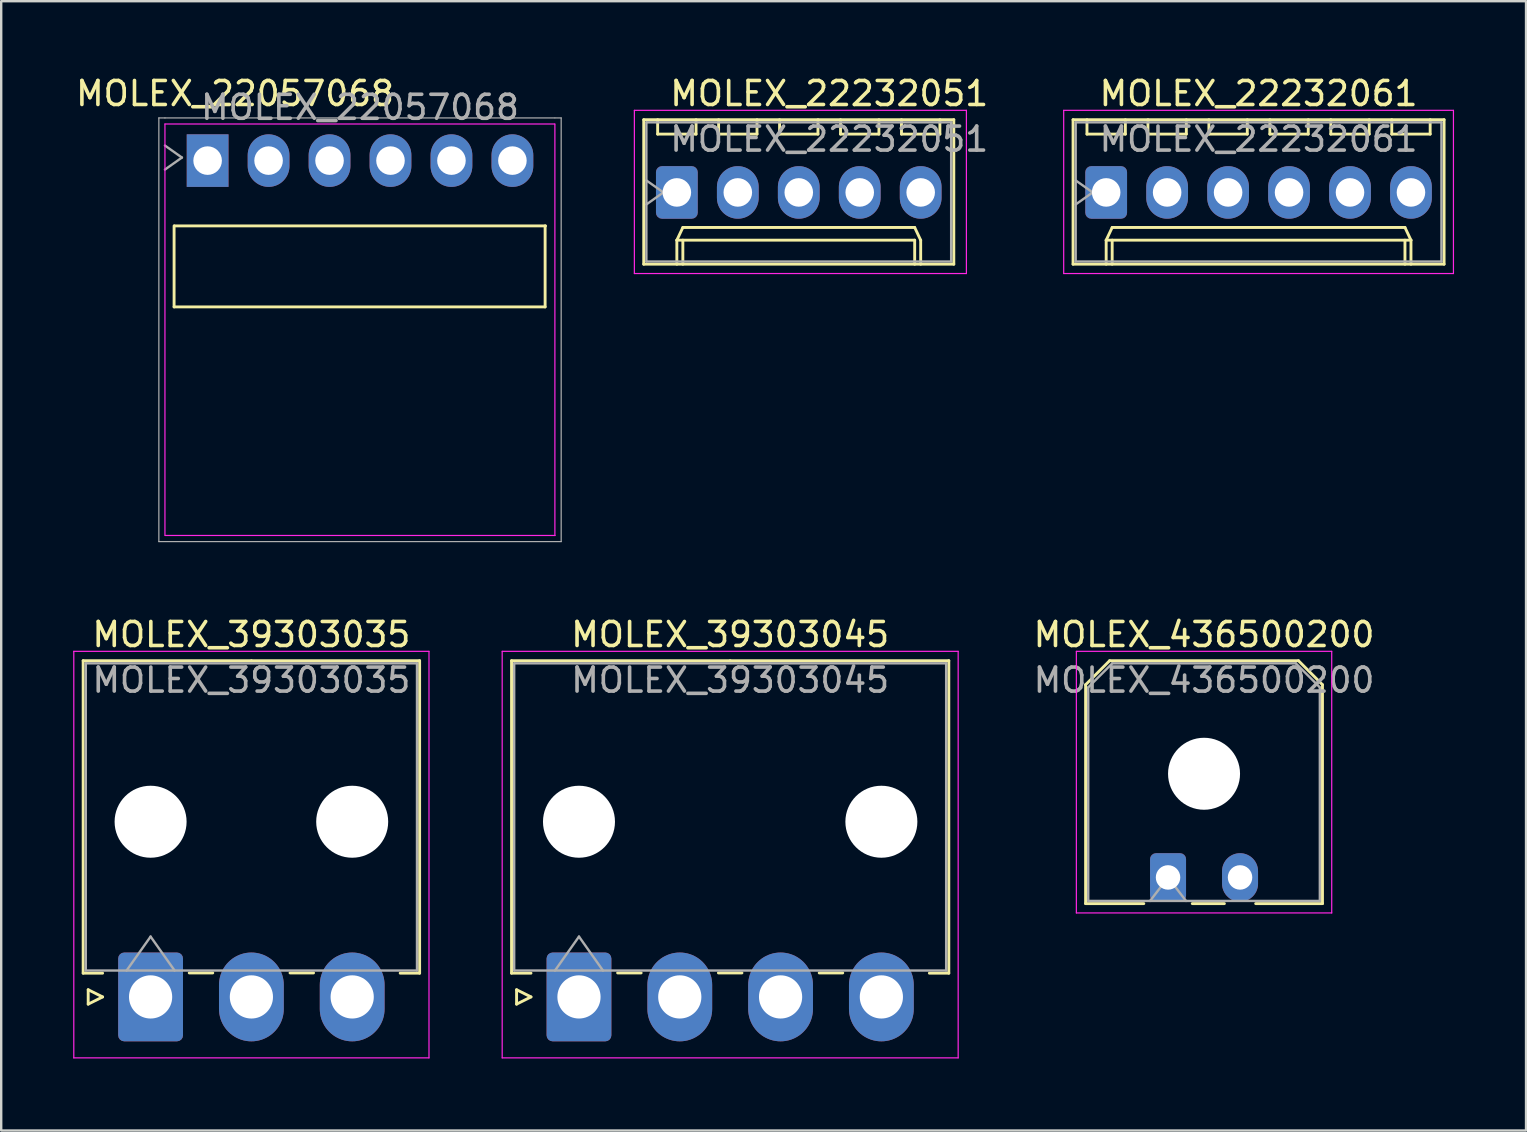
<source format=kicad_pcb>
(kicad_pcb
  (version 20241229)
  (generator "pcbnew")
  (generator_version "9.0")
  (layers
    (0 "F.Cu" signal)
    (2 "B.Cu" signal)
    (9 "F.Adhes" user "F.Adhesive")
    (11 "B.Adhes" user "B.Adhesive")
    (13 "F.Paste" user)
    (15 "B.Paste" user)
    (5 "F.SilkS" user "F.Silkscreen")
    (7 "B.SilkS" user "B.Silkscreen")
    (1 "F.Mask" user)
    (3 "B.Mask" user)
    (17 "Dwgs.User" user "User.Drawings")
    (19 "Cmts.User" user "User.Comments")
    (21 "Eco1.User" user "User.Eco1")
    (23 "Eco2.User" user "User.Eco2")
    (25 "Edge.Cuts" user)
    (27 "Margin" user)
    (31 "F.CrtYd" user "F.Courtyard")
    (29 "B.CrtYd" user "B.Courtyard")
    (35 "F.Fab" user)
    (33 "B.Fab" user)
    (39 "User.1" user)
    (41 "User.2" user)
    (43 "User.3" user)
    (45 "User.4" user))
  (footprint "MOLEX_22232061"
    (layer "F.Cu")
    (at 43.042 4.968)
    (property "Reference" "MOLEX_22232061" (at 6.35 -4.12 0) (layer "F.SilkS") (effects (font (size 1 1) (thickness 0.15))))
    (attr through_hole)
    (fp_line (start -1.38 -3.03) (end -1.38 2.99) (stroke (width 0.12) (type solid)) (layer "F.SilkS"))
    (fp_line (start -1.38 2.99) (end 14.08 2.99) (stroke (width 0.12) (type solid)) (layer "F.SilkS"))
    (fp_line (start -0.8 -3.03) (end -0.8 -2.43) (stroke (width 0.12) (type solid)) (layer "F.SilkS"))
    (fp_line (start -0.8 -2.43) (end 0.8 -2.43) (stroke (width 0.12) (type solid)) (layer "F.SilkS"))
    (fp_line (start 0 1.99) (end 0.25 1.46) (stroke (width 0.12) (type solid)) (layer "F.SilkS"))
    (fp_line (start 0 1.99) (end 12.7 1.99) (stroke (width 0.12) (type solid)) (layer "F.SilkS"))
    (fp_line (start 0 2.99) (end 0 1.99) (stroke (width 0.12) (type solid)) (layer "F.SilkS"))
    (fp_line (start 0.25 1.46) (end 12.45 1.46) (stroke (width 0.12) (type solid)) (layer "F.SilkS"))
    (fp_line (start 0.25 2.99) (end 0.25 1.99) (stroke (width 0.12) (type solid)) (layer "F.SilkS"))
    (fp_line (start 0.8 -2.43) (end 0.8 -3.03) (stroke (width 0.12) (type solid)) (layer "F.SilkS"))
    (fp_line (start 1.74 -3.03) (end 1.74 -2.43) (stroke (width 0.12) (type solid)) (layer "F.SilkS"))
    (fp_line (start 1.74 -2.43) (end 3.34 -2.43) (stroke (width 0.12) (type solid)) (layer "F.SilkS"))
    (fp_line (start 3.34 -2.43) (end 3.34 -3.03) (stroke (width 0.12) (type solid)) (layer "F.SilkS"))
    (fp_line (start 4.28 -3.03) (end 4.28 -2.43) (stroke (width 0.12) (type solid)) (layer "F.SilkS"))
    (fp_line (start 4.28 -2.43) (end 5.88 -2.43) (stroke (width 0.12) (type solid)) (layer "F.SilkS"))
    (fp_line (start 5.88 -2.43) (end 5.88 -3.03) (stroke (width 0.12) (type solid)) (layer "F.SilkS"))
    (fp_line (start 6.82 -3.03) (end 6.82 -2.43) (stroke (width 0.12) (type solid)) (layer "F.SilkS"))
    (fp_line (start 6.82 -2.43) (end 8.42 -2.43) (stroke (width 0.12) (type solid)) (layer "F.SilkS"))
    (fp_line (start 8.42 -2.43) (end 8.42 -3.03) (stroke (width 0.12) (type solid)) (layer "F.SilkS"))
    (fp_line (start 9.36 -3.03) (end 9.36 -2.43) (stroke (width 0.12) (type solid)) (layer "F.SilkS"))
    (fp_line (start 9.36 -2.43) (end 10.96 -2.43) (stroke (width 0.12) (type solid)) (layer "F.SilkS"))
    (fp_line (start 10.96 -2.43) (end 10.96 -3.03) (stroke (width 0.12) (type solid)) (layer "F.SilkS"))
    (fp_line (start 11.9 -3.03) (end 11.9 -2.43) (stroke (width 0.12) (type solid)) (layer "F.SilkS"))
    (fp_line (start 11.9 -2.43) (end 13.5 -2.43) (stroke (width 0.12) (type solid)) (layer "F.SilkS"))
    (fp_line (start 12.45 1.46) (end 12.7 1.99) (stroke (width 0.12) (type solid)) (layer "F.SilkS"))
    (fp_line (start 12.45 2.99) (end 12.45 1.99) (stroke (width 0.12) (type solid)) (layer "F.SilkS"))
    (fp_line (start 12.7 1.99) (end 12.7 2.99) (stroke (width 0.12) (type solid)) (layer "F.SilkS"))
    (fp_line (start 13.5 -2.43) (end 13.5 -3.03) (stroke (width 0.12) (type solid)) (layer "F.SilkS"))
    (fp_line (start 14.08 -3.03) (end -1.38 -3.03) (stroke (width 0.12) (type solid)) (layer "F.SilkS"))
    (fp_line (start 14.08 2.99) (end 14.08 -3.03) (stroke (width 0.12) (type solid)) (layer "F.SilkS"))
    (fp_line (start -1.77 -3.42) (end -1.77 3.38) (stroke (width 0.05) (type solid)) (layer "F.CrtYd"))
    (fp_line (start -1.77 3.38) (end 14.47 3.38) (stroke (width 0.05) (type solid)) (layer "F.CrtYd"))
    (fp_line (start 14.47 -3.42) (end -1.77 -3.42) (stroke (width 0.05) (type solid)) (layer "F.CrtYd"))
    (fp_line (start 14.47 3.38) (end 14.47 -3.42) (stroke (width 0.05) (type solid)) (layer "F.CrtYd"))
    (fp_line (start -1.27 -2.92) (end -1.27 2.88) (stroke (width 0.1) (type solid)) (layer "F.Fab"))
    (fp_line (start -1.27 -0.5) (end -0.563 0) (stroke (width 0.1) (type solid)) (layer "F.Fab"))
    (fp_line (start -1.27 2.88) (end 13.97 2.88) (stroke (width 0.1) (type solid)) (layer "F.Fab"))
    (fp_line (start -0.563 0) (end -1.27 0.5) (stroke (width 0.1) (type solid)) (layer "F.Fab"))
    (fp_line (start 13.97 -2.92) (end -1.27 -2.92) (stroke (width 0.1) (type solid)) (layer "F.Fab"))
    (fp_line (start 13.97 2.88) (end 13.97 -2.92) (stroke (width 0.1) (type solid)) (layer "F.Fab"))
    (fp_text user "${REFERENCE}" (at 6.35 -2.22 0) (layer "F.Fab") (effects (font (size 1 1) (thickness 0.15))))
    (pad "1" thru_hole roundrect (at 0 0) (size 1.74 2.19) (drill 1.19) (layers "*.Cu" "*.Mask") (roundrect_rratio 0.144))
    (pad "2" thru_hole oval (at 2.54 0) (size 1.74 2.19) (drill 1.19) (layers "*.Cu" "*.Mask"))
    (pad "3" thru_hole oval (at 5.08 0) (size 1.74 2.19) (drill 1.19) (layers "*.Cu" "*.Mask"))
    (pad "4" thru_hole oval (at 7.62 0) (size 1.74 2.19) (drill 1.19) (layers "*.Cu" "*.Mask"))
    (pad "5" thru_hole oval (at 10.16 0) (size 1.74 2.19) (drill 1.19) (layers "*.Cu" "*.Mask"))
    (pad "6" thru_hole oval (at 12.7 0) (size 1.74 2.19) (drill 1.19) (layers "*.Cu" "*.Mask")))
  (footprint "MOLEX_22057068"
    (layer "F.Cu")
    (at 5.601 3.642)
    (property "Reference" "MOLEX_22057068" (at 1.143 -2.794 0) (layer "F.SilkS") (effects (font (size 1 1) (thickness 0.15))))
    (attr through_hole)
    (fp_line (start -1.397 2.72) (end -1.397 6.096) (stroke (width 0.12) (type solid)) (layer "F.SilkS"))
    (fp_line (start -1.38 2.72) (end 14.08 2.72) (stroke (width 0.12) (type solid)) (layer "F.SilkS"))
    (fp_line (start 14.063 6.096) (end -1.397 6.096) (stroke (width 0.12) (type solid)) (layer "F.SilkS"))
    (fp_line (start 14.063 6.096) (end 14.063 2.72) (stroke (width 0.12) (type solid)) (layer "F.SilkS"))
    (fp_line (start -1.778 -1.524) (end -1.778 15.621) (stroke (width 0.05) (type solid)) (layer "F.CrtYd"))
    (fp_line (start -1.762 15.621) (end 14.478 15.621) (stroke (width 0.05) (type solid)) (layer "F.CrtYd"))
    (fp_line (start 14.462 -1.524) (end -1.778 -1.524) (stroke (width 0.05) (type solid)) (layer "F.CrtYd"))
    (fp_line (start 14.47 15.621) (end 14.47 -1.524) (stroke (width 0.05) (type solid)) (layer "F.CrtYd"))
    (fp_line (start -2.032 -1.778) (end -1.778 -1.778) (stroke (width 0.05) (type solid)) (layer "F.Fab"))
    (fp_line (start -2.032 15.875) (end -2.032 -1.778) (stroke (width 0.05) (type solid)) (layer "F.Fab"))
    (fp_line (start -1.778 -0.627) (end -1.071 -0.127) (stroke (width 0.1) (type solid)) (layer "F.Fab"))
    (fp_line (start -1.071 -0.127) (end -1.778 0.373) (stroke (width 0.1) (type solid)) (layer "F.Fab"))
    (fp_line (start 14.462 -1.778) (end -1.778 -1.778) (stroke (width 0.05) (type solid)) (layer "F.Fab"))
    (fp_line (start 14.478 -1.778) (end 14.732 -1.778) (stroke (width 0.05) (type solid)) (layer "F.Fab"))
    (fp_line (start 14.732 -1.778) (end 14.732 15.875) (stroke (width 0.05) (type solid)) (layer "F.Fab"))
    (fp_line (start 14.732 15.875) (end -2.032 15.875) (stroke (width 0.05) (type solid)) (layer "F.Fab"))
    (fp_text user "${REFERENCE}" (at 6.35 -2.22 0) (layer "F.Fab") (effects (font (size 1 1) (thickness 0.15))))
    (pad "1" thru_hole rect (at 0 0) (size 1.74 2.19) (drill 1.19) (layers "*.Cu" "*.Mask"))
    (pad "2" thru_hole oval (at 2.54 0) (size 1.74 2.19) (drill 1.19) (layers "*.Cu" "*.Mask"))
    (pad "3" thru_hole oval (at 5.08 0) (size 1.74 2.19) (drill 1.19) (layers "*.Cu" "*.Mask"))
    (pad "4" thru_hole oval (at 7.62 0) (size 1.74 2.19) (drill 1.19) (layers "*.Cu" "*.Mask"))
    (pad "5" thru_hole oval (at 10.16 0) (size 1.74 2.19) (drill 1.19) (layers "*.Cu" "*.Mask"))
    (pad "6" thru_hole oval (at 12.7 0) (size 1.74 2.19) (drill 1.19) (layers "*.Cu" "*.Mask")))
  (footprint "MOLEX_39303045"
    (layer "F.Cu")
    (at 21.075 38.49)
    (property "Reference" "MOLEX_39303045" (at 6.3 -15.1 0) (layer "F.SilkS") (effects (font (size 1 1) (thickness 0.15))))
    (attr through_hole)
    (fp_line (start -2.81 -14.01) (end 6.3 -14.01) (stroke (width 0.12) (type solid)) (layer "F.SilkS"))
    (fp_line (start -2.81 -0.99) (end -2.81 -14.01) (stroke (width 0.12) (type solid)) (layer "F.SilkS"))
    (fp_line (start -2.6 -0.3) (end -2 0) (stroke (width 0.12) (type solid)) (layer "F.SilkS"))
    (fp_line (start -2.6 0.3) (end -2.6 -0.3) (stroke (width 0.12) (type solid)) (layer "F.SilkS"))
    (fp_line (start -2 -0.99) (end -2.81 -0.99) (stroke (width 0.12) (type solid)) (layer "F.SilkS"))
    (fp_line (start -2 0) (end -2.6 0.3) (stroke (width 0.12) (type solid)) (layer "F.SilkS"))
    (fp_line (start 1.61 -1) (end 2.59 -1) (stroke (width 0.12) (type solid)) (layer "F.SilkS"))
    (fp_line (start 5.81 -1) (end 6.79 -1) (stroke (width 0.12) (type solid)) (layer "F.SilkS"))
    (fp_line (start 10.01 -1) (end 10.99 -1) (stroke (width 0.12) (type solid)) (layer "F.SilkS"))
    (fp_line (start 14.6 -0.99) (end 15.41 -0.99) (stroke (width 0.12) (type solid)) (layer "F.SilkS"))
    (fp_line (start 15.41 -14.01) (end 6.3 -14.01) (stroke (width 0.12) (type solid)) (layer "F.SilkS"))
    (fp_line (start 15.41 -0.99) (end 15.41 -14.01) (stroke (width 0.12) (type solid)) (layer "F.SilkS"))
    (fp_line (start -3.2 -14.4) (end -3.2 2.54) (stroke (width 0.05) (type solid)) (layer "F.CrtYd"))
    (fp_line (start -3.2 2.54) (end 15.8 2.54) (stroke (width 0.05) (type solid)) (layer "F.CrtYd"))
    (fp_line (start 15.8 -14.4) (end -3.2 -14.4) (stroke (width 0.05) (type solid)) (layer "F.CrtYd"))
    (fp_line (start 15.8 2.54) (end 15.8 -14.4) (stroke (width 0.05) (type solid)) (layer "F.CrtYd"))
    (fp_line (start -2.7 -13.9) (end -2.7 -1.1) (stroke (width 0.1) (type solid)) (layer "F.Fab"))
    (fp_line (start -2.7 -1.1) (end 15.3 -1.1) (stroke (width 0.1) (type solid)) (layer "F.Fab"))
    (fp_line (start -1 -1.1) (end 0 -2.514) (stroke (width 0.1) (type solid)) (layer "F.Fab"))
    (fp_line (start 0 -2.514) (end 1 -1.1) (stroke (width 0.1) (type solid)) (layer "F.Fab"))
    (fp_line (start 15.3 -13.9) (end -2.7 -13.9) (stroke (width 0.1) (type solid)) (layer "F.Fab"))
    (fp_line (start 15.3 -1.1) (end 15.3 -13.9) (stroke (width 0.1) (type solid)) (layer "F.Fab"))
    (fp_text user "${REFERENCE}" (at 6.3 -13.2 0) (layer "F.Fab") (effects (font (size 1 1) (thickness 0.15))))
    (pad "" np_thru_hole circle (at 0 -7.3) (size 3 3) (drill 3) (layers "*.Cu" "*.Mask"))
    (pad "" np_thru_hole circle (at 12.6 -7.3) (size 3 3) (drill 3) (layers "*.Cu" "*.Mask"))
    (pad "1" thru_hole roundrect (at 0 0) (size 2.7 3.7) (drill 1.8) (layers "*.Cu" "*.Mask") (roundrect_rratio 0.093))
    (pad "2" thru_hole oval (at 4.2 0) (size 2.7 3.7) (drill 1.8) (layers "*.Cu" "*.Mask"))
    (pad "3" thru_hole oval (at 8.4 0) (size 2.7 3.7) (drill 1.8) (layers "*.Cu" "*.Mask"))
    (pad "4" thru_hole oval (at 12.6 0) (size 2.7 3.7) (drill 1.8) (layers "*.Cu" "*.Mask")))
  (footprint "MOLEX_22232051"
    (layer "F.Cu")
    (at 25.153 4.968)
    (property "Reference" "MOLEX_22232051" (at 6.35 -4.12 0) (layer "F.SilkS") (effects (font (size 1 1) (thickness 0.15))))
    (attr through_hole)
    (fp_line (start -1.38 -3.03) (end -1.38 2.99) (stroke (width 0.12) (type solid)) (layer "F.SilkS"))
    (fp_line (start -1.38 2.99) (end 11.54 2.99) (stroke (width 0.12) (type solid)) (layer "F.SilkS"))
    (fp_line (start -0.8 -3.03) (end -0.8 -2.43) (stroke (width 0.12) (type solid)) (layer "F.SilkS"))
    (fp_line (start -0.8 -2.43) (end 0.8 -2.43) (stroke (width 0.12) (type solid)) (layer "F.SilkS"))
    (fp_line (start 0 1.99) (end 0.25 1.46) (stroke (width 0.12) (type solid)) (layer "F.SilkS"))
    (fp_line (start 0 1.99) (end 9.91 1.99) (stroke (width 0.12) (type solid)) (layer "F.SilkS"))
    (fp_line (start 0 2.99) (end 0 1.99) (stroke (width 0.12) (type solid)) (layer "F.SilkS"))
    (fp_line (start 0.25 1.46) (end 9.91 1.46) (stroke (width 0.12) (type solid)) (layer "F.SilkS"))
    (fp_line (start 0.25 2.99) (end 0.25 1.99) (stroke (width 0.12) (type solid)) (layer "F.SilkS"))
    (fp_line (start 0.8 -2.43) (end 0.8 -3.03) (stroke (width 0.12) (type solid)) (layer "F.SilkS"))
    (fp_line (start 1.74 -3.03) (end 1.74 -2.43) (stroke (width 0.12) (type solid)) (layer "F.SilkS"))
    (fp_line (start 1.74 -2.43) (end 3.34 -2.43) (stroke (width 0.12) (type solid)) (layer "F.SilkS"))
    (fp_line (start 3.34 -2.43) (end 3.34 -3.03) (stroke (width 0.12) (type solid)) (layer "F.SilkS"))
    (fp_line (start 4.28 -3.03) (end 4.28 -2.43) (stroke (width 0.12) (type solid)) (layer "F.SilkS"))
    (fp_line (start 4.28 -2.43) (end 5.88 -2.43) (stroke (width 0.12) (type solid)) (layer "F.SilkS"))
    (fp_line (start 5.88 -2.43) (end 5.88 -3.03) (stroke (width 0.12) (type solid)) (layer "F.SilkS"))
    (fp_line (start 6.82 -3.03) (end 6.82 -2.43) (stroke (width 0.12) (type solid)) (layer "F.SilkS"))
    (fp_line (start 6.82 -2.43) (end 8.42 -2.43) (stroke (width 0.12) (type solid)) (layer "F.SilkS"))
    (fp_line (start 8.42 -2.43) (end 8.42 -3.03) (stroke (width 0.12) (type solid)) (layer "F.SilkS"))
    (fp_line (start 9.36 -3.03) (end 9.36 -2.43) (stroke (width 0.12) (type solid)) (layer "F.SilkS"))
    (fp_line (start 9.36 -2.43) (end 10.96 -2.43) (stroke (width 0.12) (type solid)) (layer "F.SilkS"))
    (fp_line (start 9.91 1.46) (end 10.16 1.99) (stroke (width 0.12) (type solid)) (layer "F.SilkS"))
    (fp_line (start 9.91 2.99) (end 9.91 1.99) (stroke (width 0.12) (type solid)) (layer "F.SilkS"))
    (fp_line (start 10.16 1.99) (end 10.16 2.99) (stroke (width 0.12) (type solid)) (layer "F.SilkS"))
    (fp_line (start 10.96 -2.43) (end 10.96 -3.03) (stroke (width 0.12) (type solid)) (layer "F.SilkS"))
    (fp_line (start 11.54 -3.03) (end -1.38 -3.03) (stroke (width 0.12) (type solid)) (layer "F.SilkS"))
    (fp_line (start 11.54 2.99) (end 11.54 -3.03) (stroke (width 0.12) (type solid)) (layer "F.SilkS"))
    (fp_line (start -1.77 -3.42) (end -1.77 3.38) (stroke (width 0.05) (type solid)) (layer "F.CrtYd"))
    (fp_line (start -1.77 3.38) (end 12.065 3.38) (stroke (width 0.05) (type solid)) (layer "F.CrtYd"))
    (fp_line (start 12.065 -3.42) (end -1.77 -3.42) (stroke (width 0.05) (type solid)) (layer "F.CrtYd"))
    (fp_line (start 12.065 3.38) (end 12.065 -3.42) (stroke (width 0.05) (type solid)) (layer "F.CrtYd"))
    (fp_line (start -1.27 -2.92) (end -1.27 2.88) (stroke (width 0.1) (type solid)) (layer "F.Fab"))
    (fp_line (start -1.27 -0.5) (end -0.563 0) (stroke (width 0.1) (type solid)) (layer "F.Fab"))
    (fp_line (start -1.27 2.88) (end 11.43 2.88) (stroke (width 0.1) (type solid)) (layer "F.Fab"))
    (fp_line (start -0.563 0) (end -1.27 0.5) (stroke (width 0.1) (type solid)) (layer "F.Fab"))
    (fp_line (start 11.43 -2.92) (end -1.27 -2.92) (stroke (width 0.1) (type solid)) (layer "F.Fab"))
    (fp_line (start 11.43 2.88) (end 11.43 -2.92) (stroke (width 0.1) (type solid)) (layer "F.Fab"))
    (fp_text user "${REFERENCE}" (at 6.35 -2.22 0) (layer "F.Fab") (effects (font (size 1 1) (thickness 0.15))))
    (pad "1" thru_hole roundrect (at 0 0) (size 1.74 2.19) (drill 1.19) (layers "*.Cu" "*.Mask") (roundrect_rratio 0.144))
    (pad "2" thru_hole oval (at 2.54 0) (size 1.74 2.19) (drill 1.19) (layers "*.Cu" "*.Mask"))
    (pad "3" thru_hole oval (at 5.08 0) (size 1.74 2.19) (drill 1.19) (layers "*.Cu" "*.Mask"))
    (pad "4" thru_hole oval (at 7.62 0) (size 1.74 2.19) (drill 1.19) (layers "*.Cu" "*.Mask"))
    (pad "5" thru_hole oval (at 10.16 0) (size 1.74 2.19) (drill 1.19) (layers "*.Cu" "*.Mask")))
  (footprint "MOLEX_436500200"
    (layer "F.Cu")
    (at 45.62 33.511)
    (property "Reference" "MOLEX_436500200" (at 1.5 -10.12 0) (layer "F.SilkS") (effects (font (size 1 1) (thickness 0.15))))
    (attr through_hole)
    (fp_line (start -3.435 -8.03) (end -2.435 -9.03) (stroke (width 0.12) (type solid)) (layer "F.SilkS"))
    (fp_line (start -3.435 1.09) (end -3.435 -8.03) (stroke (width 0.12) (type solid)) (layer "F.SilkS"))
    (fp_line (start -3.435 1.09) (end -1.01 1.09) (stroke (width 0.12) (type solid)) (layer "F.SilkS"))
    (fp_line (start -2.435 -9.03) (end 5.435 -9.03) (stroke (width 0.12) (type solid)) (layer "F.SilkS"))
    (fp_line (start 1.01 1.09) (end 2.348 1.09) (stroke (width 0.12) (type solid)) (layer "F.SilkS"))
    (fp_line (start 5.435 -9.03) (end 6.435 -8.03) (stroke (width 0.12) (type solid)) (layer "F.SilkS"))
    (fp_line (start 6.435 -8.03) (end 6.435 1.09) (stroke (width 0.12) (type solid)) (layer "F.SilkS"))
    (fp_line (start 6.435 1.09) (end 3.652 1.09) (stroke (width 0.12) (type solid)) (layer "F.SilkS"))
    (fp_line (start -3.82 -9.42) (end 6.82 -9.42) (stroke (width 0.05) (type solid)) (layer "F.CrtYd"))
    (fp_line (start -3.82 1.48) (end -3.82 -9.42) (stroke (width 0.05) (type solid)) (layer "F.CrtYd"))
    (fp_line (start 6.82 -9.42) (end 6.82 1.48) (stroke (width 0.05) (type solid)) (layer "F.CrtYd"))
    (fp_line (start 6.82 1.48) (end -3.82 1.48) (stroke (width 0.05) (type solid)) (layer "F.CrtYd"))
    (fp_line (start -3.325 -7.92) (end -2.325 -8.92) (stroke (width 0.1) (type solid)) (layer "F.Fab"))
    (fp_line (start -3.325 0.98) (end -3.325 -7.92) (stroke (width 0.1) (type solid)) (layer "F.Fab"))
    (fp_line (start -2.325 -8.92) (end 5.325 -8.92) (stroke (width 0.1) (type solid)) (layer "F.Fab"))
    (fp_line (start -0.75 0.98) (end 0 0) (stroke (width 0.1) (type solid)) (layer "F.Fab"))
    (fp_line (start 0 0) (end 0.75 0.98) (stroke (width 0.1) (type solid)) (layer "F.Fab"))
    (fp_line (start 5.325 -8.92) (end 6.325 -7.92) (stroke (width 0.1) (type solid)) (layer "F.Fab"))
    (fp_line (start 6.325 -7.92) (end 6.325 0.98) (stroke (width 0.1) (type solid)) (layer "F.Fab"))
    (fp_line (start 6.325 0.98) (end -3.325 0.98) (stroke (width 0.1) (type solid)) (layer "F.Fab"))
    (fp_text user "${REFERENCE}" (at 1.5 -8.22 0) (layer "F.Fab") (effects (font (size 1 1) (thickness 0.15))))
    (pad "" np_thru_hole circle (at 1.5 -4.32) (size 3 3) (drill 3) (layers "*.Cu" "*.Mask"))
    (pad "1" thru_hole roundrect (at 0 0) (size 1.5 2.02) (drill 1.02) (layers "*.Cu" "*.Mask") (roundrect_rratio 0.167))
    (pad "2" thru_hole oval (at 3 0) (size 1.5 2.02) (drill 1.02) (layers "*.Cu" "*.Mask")))
  (footprint "MOLEX_39303035"
    (layer "F.Cu")
    (at 3.225 38.49)
    (property "Reference" "MOLEX_39303035" (at 4.2 -15.1 0) (layer "F.SilkS") (effects (font (size 1 1) (thickness 0.15))))
    (attr through_hole)
    (fp_line (start -2.81 -14.01) (end 4.2 -14.01) (stroke (width 0.12) (type solid)) (layer "F.SilkS"))
    (fp_line (start -2.81 -0.99) (end -2.81 -14.01) (stroke (width 0.12) (type solid)) (layer "F.SilkS"))
    (fp_line (start -2.6 -0.3) (end -2 0) (stroke (width 0.12) (type solid)) (layer "F.SilkS"))
    (fp_line (start -2.6 0.3) (end -2.6 -0.3) (stroke (width 0.12) (type solid)) (layer "F.SilkS"))
    (fp_line (start -2 -0.99) (end -2.81 -0.99) (stroke (width 0.12) (type solid)) (layer "F.SilkS"))
    (fp_line (start -2 0) (end -2.6 0.3) (stroke (width 0.12) (type solid)) (layer "F.SilkS"))
    (fp_line (start 1.61 -1) (end 2.59 -1) (stroke (width 0.12) (type solid)) (layer "F.SilkS"))
    (fp_line (start 5.81 -1) (end 6.79 -1) (stroke (width 0.12) (type solid)) (layer "F.SilkS"))
    (fp_line (start 10.4 -0.99) (end 11.21 -0.99) (stroke (width 0.12) (type solid)) (layer "F.SilkS"))
    (fp_line (start 11.21 -14.01) (end 4.2 -14.01) (stroke (width 0.12) (type solid)) (layer "F.SilkS"))
    (fp_line (start 11.21 -0.99) (end 11.21 -14.01) (stroke (width 0.12) (type solid)) (layer "F.SilkS"))
    (fp_line (start -3.2 -14.4) (end -3.2 2.54) (stroke (width 0.05) (type solid)) (layer "F.CrtYd"))
    (fp_line (start -3.2 2.54) (end 11.6 2.54) (stroke (width 0.05) (type solid)) (layer "F.CrtYd"))
    (fp_line (start 11.6 -14.4) (end -3.2 -14.4) (stroke (width 0.05) (type solid)) (layer "F.CrtYd"))
    (fp_line (start 11.6 2.54) (end 11.6 -14.4) (stroke (width 0.05) (type solid)) (layer "F.CrtYd"))
    (fp_line (start -2.7 -13.9) (end -2.7 -1.1) (stroke (width 0.1) (type solid)) (layer "F.Fab"))
    (fp_line (start -2.7 -1.1) (end 11.1 -1.1) (stroke (width 0.1) (type solid)) (layer "F.Fab"))
    (fp_line (start -1 -1.1) (end 0 -2.514) (stroke (width 0.1) (type solid)) (layer "F.Fab"))
    (fp_line (start 0 -2.514) (end 1 -1.1) (stroke (width 0.1) (type solid)) (layer "F.Fab"))
    (fp_line (start 11.1 -13.9) (end -2.7 -13.9) (stroke (width 0.1) (type solid)) (layer "F.Fab"))
    (fp_line (start 11.1 -1.1) (end 11.1 -13.9) (stroke (width 0.1) (type solid)) (layer "F.Fab"))
    (fp_text user "${REFERENCE}" (at 4.2 -13.2 0) (layer "F.Fab") (effects (font (size 1 1) (thickness 0.15))))
    (pad "" np_thru_hole circle (at 0 -7.3) (size 3 3) (drill 3) (layers "*.Cu" "*.Mask"))
    (pad "" np_thru_hole circle (at 8.4 -7.3) (size 3 3) (drill 3) (layers "*.Cu" "*.Mask"))
    (pad "1" thru_hole roundrect (at 0 0) (size 2.7 3.7) (drill 1.8) (layers "*.Cu" "*.Mask") (roundrect_rratio 0.093))
    (pad "2" thru_hole oval (at 4.2 0) (size 2.7 3.7) (drill 1.8) (layers "*.Cu" "*.Mask"))
    (pad "3" thru_hole oval (at 8.4 0) (size 2.7 3.7) (drill 1.8) (layers "*.Cu" "*.Mask")))
  (gr_rect
    (start -3 -3)
    (end 60.537 44.056)
    (stroke (width 0.1) (type default))
    (fill no)
    (layer "Edge.Cuts")))
</source>
